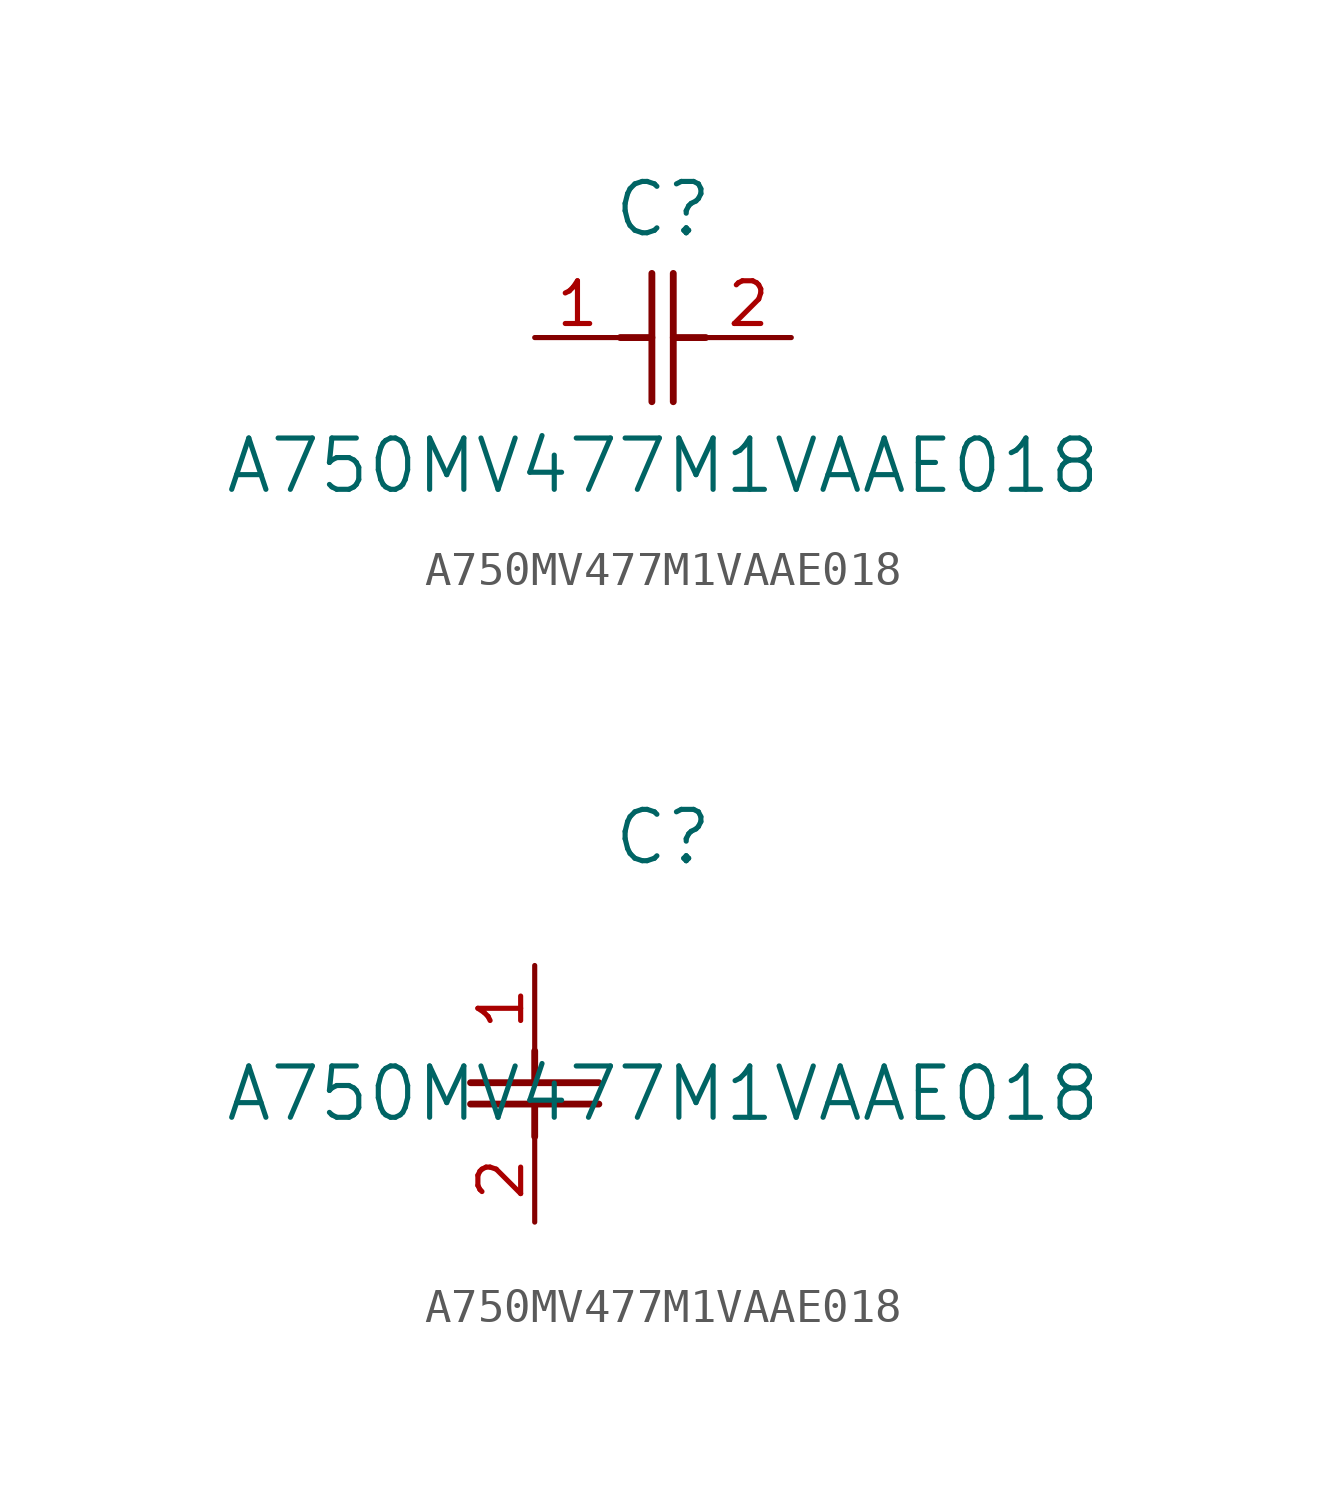
<source format=kicad_sym>
(kicad_symbol_lib
  (version 20211014)
  (generator kicad_symbol_editor)
  (symbol "A750MV477M1VAAE018"
    (pin_names
      (offset 0.254))
    (property "Reference" "C"
      (at 3.81 3.81 0)
      (effects (font (size 1.524 1.524))))
    (property "Value" "A750MV477M1VAAE018"
      (at 3.81 -3.81 0)
      (effects (font (size 1.524 1.524))))
    (symbol "A750MV477M1VAAE018_1_1"
      (polyline (pts (xy 3.48 -1.905) (xy 3.48 1.905)) (stroke (width 0.203) (type default) (color 0 0 0 0)) (fill (type none)))
      (polyline (pts (xy 4.115 -1.905) (xy 4.115 1.905)) (stroke (width 0.203) (type default) (color 0 0 0 0)) (fill (type none)))
      (polyline (pts (xy 4.115 0) (xy 5.08 0)) (stroke (width 0.203) (type default) (color 0 0 0 0)) (fill (type none)))
      (polyline (pts (xy 2.54 0) (xy 3.48 0)) (stroke (width 0.203) (type default) (color 0 0 0 0)) (fill (type none)))
      (pin unspecified line (at 0 0 0) (length 2.54) (name "" (effects (font (size 1.27 1.27)))) (number "1" (effects (font (size 1.27 1.27)))))
      (pin unspecified line (at 7.62 0 180) (length 2.54) (name "" (effects (font (size 1.27 1.27)))) (number "2" (effects (font (size 1.27 1.27))))))
    (symbol "A750MV477M1VAAE018_1_2"
      (polyline (pts (xy -1.905 -3.48) (xy 1.905 -3.48)) (stroke (width 0.203) (type default) (color 0 0 0 0)) (fill (type none)))
      (polyline (pts (xy -1.905 -4.115) (xy 1.905 -4.115)) (stroke (width 0.203) (type default) (color 0 0 0 0)) (fill (type none)))
      (polyline (pts (xy 0 -4.115) (xy 0 -5.08)) (stroke (width 0.203) (type default) (color 0 0 0 0)) (fill (type none)))
      (polyline (pts (xy 0 -2.54) (xy 0 -3.48)) (stroke (width 0.203) (type default) (color 0 0 0 0)) (fill (type none)))
      (pin unspecified line (at 0 0 270) (length 2.54) (name "" (effects (font (size 1.27 1.27)))) (number "1" (effects (font (size 1.27 1.27)))))
      (pin unspecified line (at 0 -7.62 90) (length 2.54) (name "" (effects (font (size 1.27 1.27)))) (number "2" (effects (font (size 1.27 1.27))))))))
</source>
